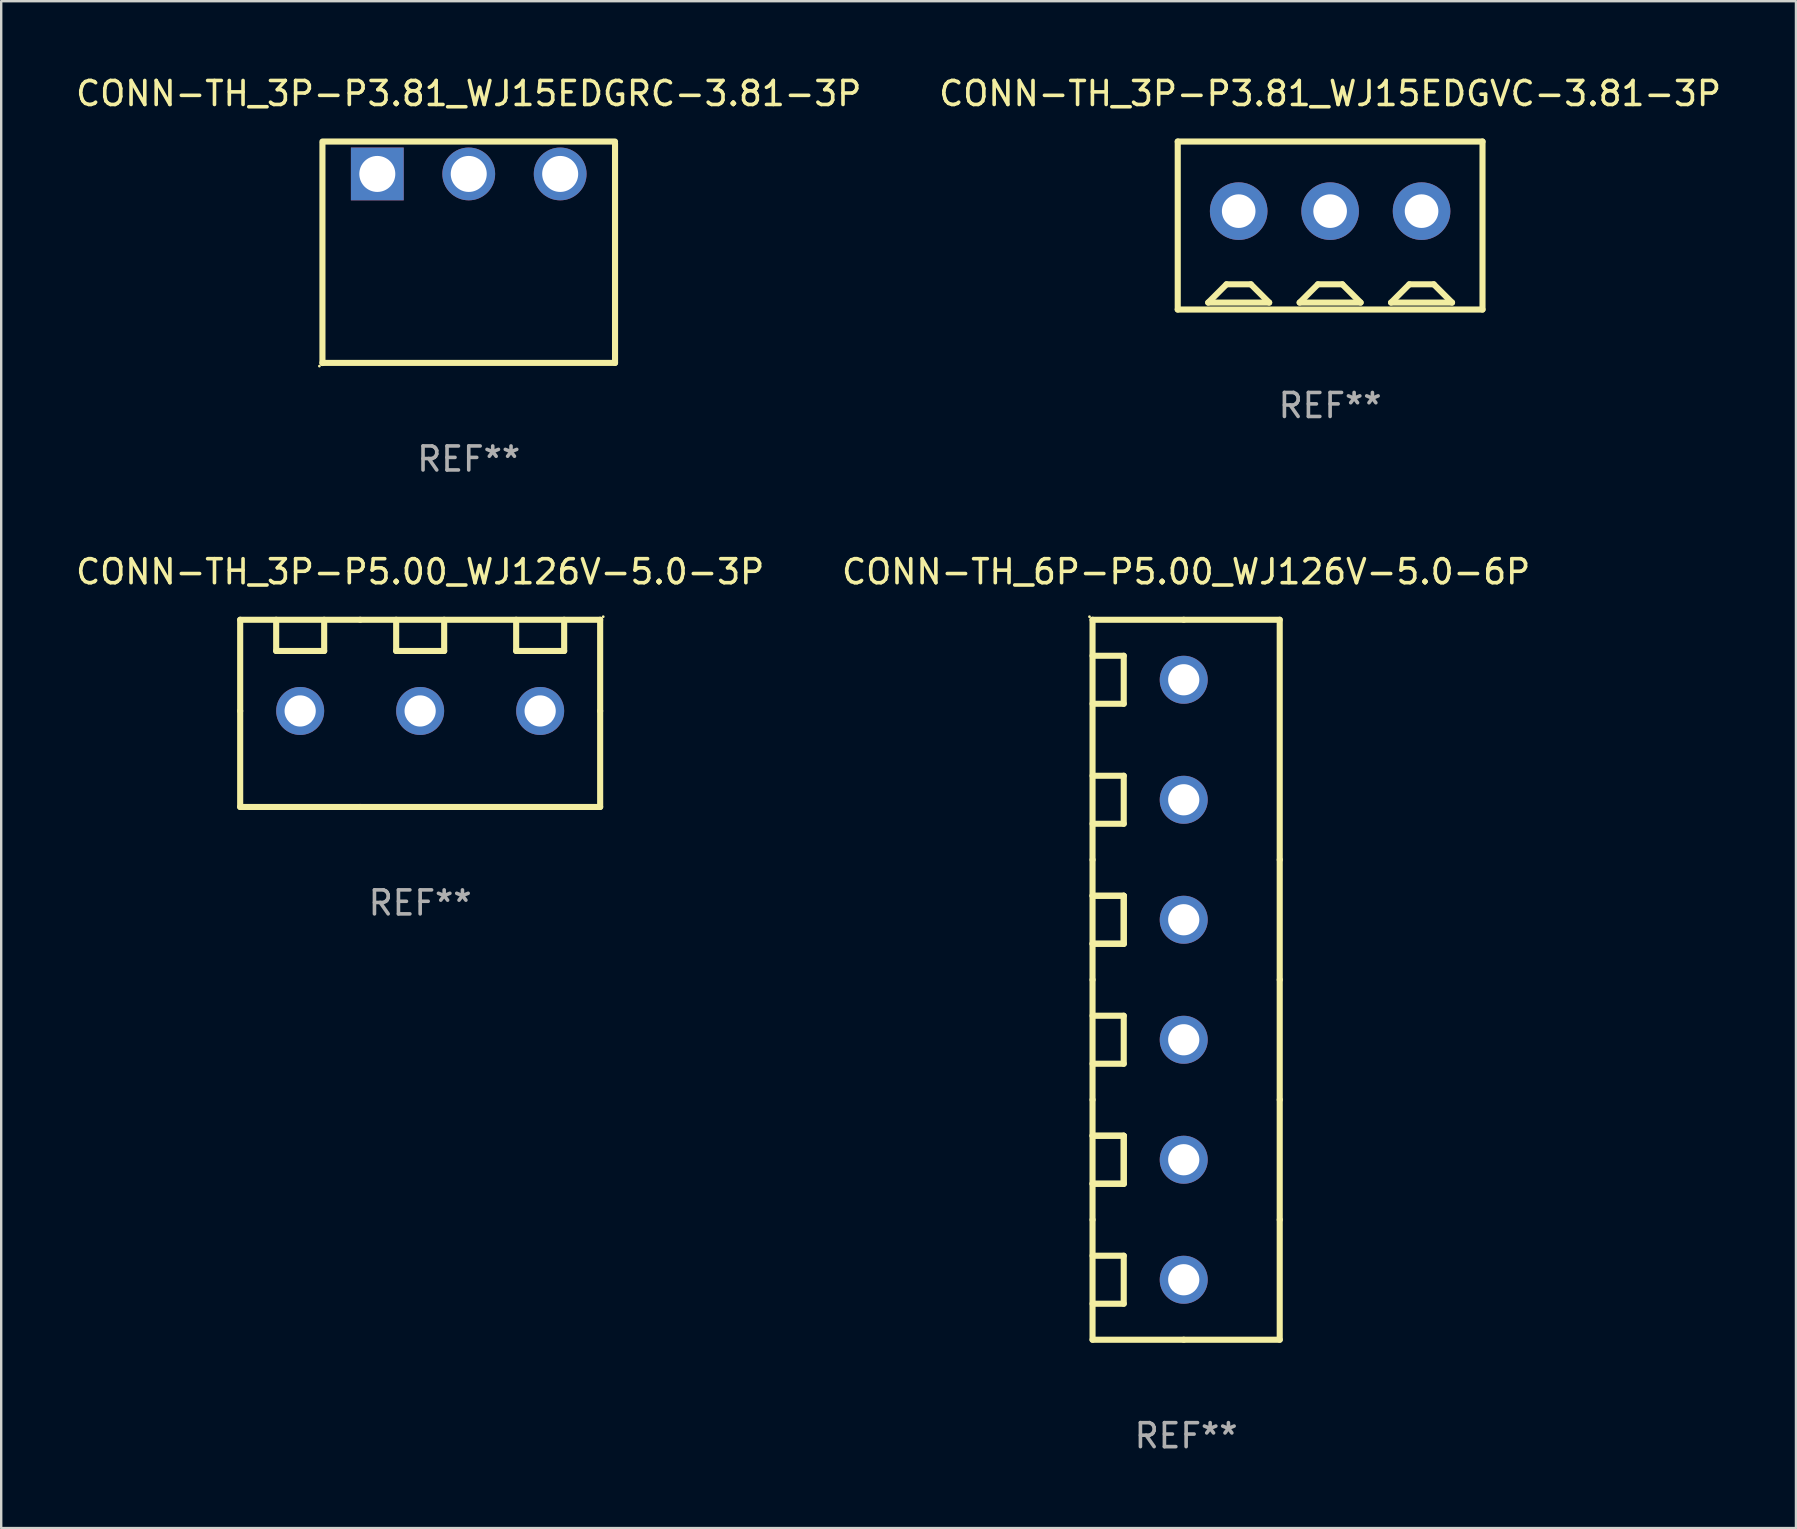
<source format=kicad_pcb>
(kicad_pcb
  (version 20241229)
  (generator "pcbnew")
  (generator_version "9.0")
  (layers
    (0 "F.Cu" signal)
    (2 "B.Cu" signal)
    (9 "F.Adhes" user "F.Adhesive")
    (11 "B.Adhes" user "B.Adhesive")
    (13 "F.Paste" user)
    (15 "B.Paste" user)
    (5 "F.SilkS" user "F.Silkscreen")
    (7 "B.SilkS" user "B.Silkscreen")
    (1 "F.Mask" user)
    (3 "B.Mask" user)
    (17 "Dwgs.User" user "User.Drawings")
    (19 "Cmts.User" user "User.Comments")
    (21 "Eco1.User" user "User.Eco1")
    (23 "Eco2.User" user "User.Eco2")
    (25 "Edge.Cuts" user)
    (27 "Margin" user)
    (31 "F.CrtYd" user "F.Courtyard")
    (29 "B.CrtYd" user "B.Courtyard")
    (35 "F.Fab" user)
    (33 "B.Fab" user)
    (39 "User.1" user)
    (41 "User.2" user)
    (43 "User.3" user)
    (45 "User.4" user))
  (footprint "CONN-TH_3P-P3.81_WJ15EDGRC-3.81-3P"
    (layer "F.Cu")
    (at 16.482 7.463)
    (property "Reference" "CONN-TH_3P-P3.81_WJ15EDGRC-3.81-3P" (at 0 -6.615 0) (layer "F.SilkS") (effects (font (size 1 1) (thickness 0.15))))
    (attr through_hole)
    (fp_line (start -6.096 -4.615) (end 6.096 -4.615) (stroke (width 0.254) (type solid)) (layer "F.SilkS"))
    (fp_line (start -6.096 -4.535) (end -6.096 4.615) (stroke (width 0.254) (type solid)) (layer "F.SilkS"))
    (fp_line (start -6.096 4.609) (end 6.096 4.609) (stroke (width 0.254) (type solid)) (layer "F.SilkS"))
    (fp_line (start 6.096 -4.535) (end 6.096 4.609) (stroke (width 0.254) (type solid)) (layer "F.SilkS"))
    (fp_circle (center -6.223 4.742) (end -6.193 4.742) (stroke (width 0.06) (type solid)) (fill no) (layer "F.SilkS"))
    (fp_text user "REF**" (at 0 8.615 0) (layer "F.Fab") (effects (font (size 1 1) (thickness 0.15))))
    (pad "1" thru_hole rect (at -3.81 -3.265) (size 2.2 2.2) (drill 1.5) (layers "*.Cu" "*.Mask"))
    (pad "2" thru_hole circle (at 0 -3.265) (size 2.2 2.2) (drill 1.5) (layers "*.Cu" "*.Mask"))
    (pad "3" thru_hole circle (at 3.81 -3.265) (size 2.2 2.2) (drill 1.5) (layers "*.Cu" "*.Mask")))
  (footprint "CONN-TH_3P-P3.81_WJ15EDGVC-3.81-3P"
    (layer "F.Cu")
    (at 52.375 6.348)
    (property "Reference" "CONN-TH_3P-P3.81_WJ15EDGVC-3.81-3P" (at 0 -5.5 0) (layer "F.SilkS") (effects (font (size 1 1) (thickness 0.15))))
    (attr through_hole)
    (fp_line (start -6.35 -3.5) (end -6.35 3.5) (stroke (width 0.254) (type solid)) (layer "F.SilkS"))
    (fp_line (start -6.35 -3.5) (end 6.35 -3.5) (stroke (width 0.254) (type solid)) (layer "F.SilkS"))
    (fp_line (start -6.35 3.5) (end 6.35 3.5) (stroke (width 0.254) (type solid)) (layer "F.SilkS"))
    (fp_line (start -5.08 3.21) (end -4.318 2.448) (stroke (width 0.254) (type solid)) (layer "F.SilkS"))
    (fp_line (start -4.318 2.448) (end -3.302 2.448) (stroke (width 0.254) (type solid)) (layer "F.SilkS"))
    (fp_line (start -3.302 2.448) (end -2.54 3.21) (stroke (width 0.254) (type solid)) (layer "F.SilkS"))
    (fp_line (start -2.54 3.21) (end -5.08 3.21) (stroke (width 0.254) (type solid)) (layer "F.SilkS"))
    (fp_line (start -1.27 3.21) (end -0.508 2.448) (stroke (width 0.254) (type solid)) (layer "F.SilkS"))
    (fp_line (start -0.508 2.448) (end 0.508 2.448) (stroke (width 0.254) (type solid)) (layer "F.SilkS"))
    (fp_line (start 0.508 2.448) (end 1.27 3.21) (stroke (width 0.254) (type solid)) (layer "F.SilkS"))
    (fp_line (start 1.27 3.21) (end -1.27 3.21) (stroke (width 0.254) (type solid)) (layer "F.SilkS"))
    (fp_line (start 2.54 3.21) (end 3.302 2.448) (stroke (width 0.254) (type solid)) (layer "F.SilkS"))
    (fp_line (start 3.302 2.448) (end 4.318 2.448) (stroke (width 0.254) (type solid)) (layer "F.SilkS"))
    (fp_line (start 4.318 2.448) (end 5.08 3.21) (stroke (width 0.254) (type solid)) (layer "F.SilkS"))
    (fp_line (start 5.08 3.21) (end 2.54 3.21) (stroke (width 0.254) (type solid)) (layer "F.SilkS"))
    (fp_line (start 6.35 -3.5) (end 6.35 3.5) (stroke (width 0.254) (type solid)) (layer "F.SilkS"))
    (fp_circle (center -6.155 -3.5) (end -6.125 -3.5) (stroke (width 0.06) (type solid)) (fill no) (layer "F.SilkS"))
    (fp_text user "REF**" (at 0 7.5 0) (layer "F.Fab") (effects (font (size 1 1) (thickness 0.15))))
    (pad "1" thru_hole circle (at -3.81 -0.6) (size 2.4 2.4) (drill 1.4) (layers "*.Cu" "*.Mask"))
    (pad "2" thru_hole circle (at 0 -0.6) (size 2.4 2.4) (drill 1.4) (layers "*.Cu" "*.Mask"))
    (pad "3" thru_hole circle (at 3.81 -0.6) (size 2.4 2.4) (drill 1.4) (layers "*.Cu" "*.Mask")))
  (footprint "CONN-TH_6P-P5.00_WJ126V-5.0-6P"
    (layer "F.Cu")
    (at 46.375 37.775)
    (property "Reference" "CONN-TH_6P-P5.00_WJ126V-5.0-6P" (at 0 -17 0) (layer "F.SilkS") (effects (font (size 1 1) (thickness 0.15))))
    (attr through_hole)
    (fp_line (start -3.9 -15) (end -0.1 -15) (stroke (width 0.254) (type solid)) (layer "F.SilkS"))
    (fp_line (start -3.9 -11.5) (end -2.6 -11.5) (stroke (width 0.254) (type solid)) (layer "F.SilkS"))
    (fp_line (start -3.9 -6.5) (end -2.6 -6.5) (stroke (width 0.254) (type solid)) (layer "F.SilkS"))
    (fp_line (start -3.9 -5) (end -3.9 -15) (stroke (width 0.254) (type solid)) (layer "F.SilkS"))
    (fp_line (start -3.9 -3.5) (end -2.6 -3.5) (stroke (width 0.254) (type solid)) (layer "F.SilkS"))
    (fp_line (start -3.9 -1.5) (end -2.6 -1.5) (stroke (width 0.254) (type solid)) (layer "F.SilkS"))
    (fp_line (start -3.9 0.000127) (end -3.9 -5) (stroke (width 0.254) (type solid)) (layer "F.SilkS"))
    (fp_line (start -3.9 1.5) (end -2.6 1.5) (stroke (width 0.254) (type solid)) (layer "F.SilkS"))
    (fp_line (start -3.9 5) (end -3.9 0.000127) (stroke (width 0.254) (type solid)) (layer "F.SilkS"))
    (fp_line (start -3.9 6.5) (end -2.6 6.5) (stroke (width 0.254) (type solid)) (layer "F.SilkS"))
    (fp_line (start -3.9 8.5) (end -2.6 8.5) (stroke (width 0.254) (type solid)) (layer "F.SilkS"))
    (fp_line (start -3.9 10) (end -3.9 5) (stroke (width 0.254) (type solid)) (layer "F.SilkS"))
    (fp_line (start -3.9 11.5) (end -2.6 11.5) (stroke (width 0.254) (type solid)) (layer "F.SilkS"))
    (fp_line (start -3.9 15) (end -3.9 10) (stroke (width 0.254) (type solid)) (layer "F.SilkS"))
    (fp_line (start -2.6 -13.5) (end -3.9 -13.5) (stroke (width 0.254) (type solid)) (layer "F.SilkS"))
    (fp_line (start -2.6 -11.5) (end -2.6 -13.5) (stroke (width 0.254) (type solid)) (layer "F.SilkS"))
    (fp_line (start -2.6 -8.5) (end -3.9 -8.5) (stroke (width 0.254) (type solid)) (layer "F.SilkS"))
    (fp_line (start -2.6 -6.5) (end -2.6 -8.5) (stroke (width 0.254) (type solid)) (layer "F.SilkS"))
    (fp_line (start -2.6 -3.5) (end -3.9 -3.5) (stroke (width 0.254) (type solid)) (layer "F.SilkS"))
    (fp_line (start -2.6 -3.5) (end -2.6 -1.5) (stroke (width 0.254) (type solid)) (layer "F.SilkS"))
    (fp_line (start -2.6 -1.5) (end -3.9 -1.5) (stroke (width 0.254) (type solid)) (layer "F.SilkS"))
    (fp_line (start -2.6 -1.5) (end -2.6 -3.5) (stroke (width 0.254) (type solid)) (layer "F.SilkS"))
    (fp_line (start -2.6 1.5) (end -2.6 3.5) (stroke (width 0.254) (type solid)) (layer "F.SilkS"))
    (fp_line (start -2.6 3.5) (end -3.9 3.5) (stroke (width 0.254) (type solid)) (layer "F.SilkS"))
    (fp_line (start -2.6 6.5) (end -3.9 6.5) (stroke (width 0.254) (type solid)) (layer "F.SilkS"))
    (fp_line (start -2.6 6.5) (end -2.6 8.5) (stroke (width 0.254) (type solid)) (layer "F.SilkS"))
    (fp_line (start -2.6 8.5) (end -3.9 8.5) (stroke (width 0.254) (type solid)) (layer "F.SilkS"))
    (fp_line (start -2.6 8.5) (end -2.6 6.5) (stroke (width 0.254) (type solid)) (layer "F.SilkS"))
    (fp_line (start -2.6 11.5) (end -2.6 13.5) (stroke (width 0.254) (type solid)) (layer "F.SilkS"))
    (fp_line (start -2.6 13.5) (end -3.9 13.5) (stroke (width 0.254) (type solid)) (layer "F.SilkS"))
    (fp_line (start -0.1 -15) (end 3.9 -15) (stroke (width 0.254) (type solid)) (layer "F.SilkS"))
    (fp_line (start -0.1 15) (end -3.9 15) (stroke (width 0.254) (type solid)) (layer "F.SilkS"))
    (fp_line (start 3.9 -15) (end 3.9 -5) (stroke (width 0.254) (type solid)) (layer "F.SilkS"))
    (fp_line (start 3.9 -5) (end 3.9 0.000127) (stroke (width 0.254) (type solid)) (layer "F.SilkS"))
    (fp_line (start 3.9 0.000127) (end 3.9 5) (stroke (width 0.254) (type solid)) (layer "F.SilkS"))
    (fp_line (start 3.9 5) (end 3.9 10) (stroke (width 0.254) (type solid)) (layer "F.SilkS"))
    (fp_line (start 3.9 10) (end 3.9 15) (stroke (width 0.254) (type solid)) (layer "F.SilkS"))
    (fp_line (start 3.9 15) (end -0.1 15) (stroke (width 0.254) (type solid)) (layer "F.SilkS"))
    (fp_circle (center -4.027 -15.127) (end -3.997 -15.127) (stroke (width 0.06) (type solid)) (fill no) (layer "F.SilkS"))
    (fp_text user "REF**" (at 0 19 0) (layer "F.Fab") (effects (font (size 1 1) (thickness 0.15))))
    (pad "1" thru_hole circle (at -0.1 -12.5) (size 2 2) (drill 1.3) (layers "*.Cu" "*.Mask"))
    (pad "2" thru_hole circle (at -0.1 -7.499) (size 2 2) (drill 1.3) (layers "*.Cu" "*.Mask"))
    (pad "3" thru_hole circle (at -0.1 -2.5) (size 2 2) (drill 1.3) (layers "*.Cu" "*.Mask"))
    (pad "4" thru_hole circle (at -0.1 2.501) (size 2 2) (drill 1.3) (layers "*.Cu" "*.Mask"))
    (pad "5" thru_hole circle (at -0.1 7.5) (size 2 2) (drill 1.3) (layers "*.Cu" "*.Mask"))
    (pad "6" thru_hole circle (at -0.1 12.501) (size 2 2) (drill 1.3) (layers "*.Cu" "*.Mask")))
  (footprint "CONN-TH_3P-P5.00_WJ126V-5.0-3P"
    (layer "F.Cu")
    (at 14.458 26.675)
    (property "Reference" "CONN-TH_3P-P5.00_WJ126V-5.0-3P" (at 0 -5.9 0) (layer "F.SilkS") (effects (font (size 1 1) (thickness 0.15))))
    (attr through_hole)
    (fp_line (start -7.5 -3.9) (end -2.5 -3.9) (stroke (width 0.254) (type solid)) (layer "F.SilkS"))
    (fp_line (start -7.5 -0.1) (end -7.5 -3.9) (stroke (width 0.254) (type solid)) (layer "F.SilkS"))
    (fp_line (start -7.5 3.9) (end -7.5 -0.1) (stroke (width 0.254) (type solid)) (layer "F.SilkS"))
    (fp_line (start -6 -2.6) (end -6 -3.9) (stroke (width 0.254) (type solid)) (layer "F.SilkS"))
    (fp_line (start -4 -3.9) (end -4 -2.6) (stroke (width 0.254) (type solid)) (layer "F.SilkS"))
    (fp_line (start -4 -2.6) (end -6 -2.6) (stroke (width 0.254) (type solid)) (layer "F.SilkS"))
    (fp_line (start -2.5 -3.9) (end 7.5 -3.9) (stroke (width 0.254) (type solid)) (layer "F.SilkS"))
    (fp_line (start -2.5 3.9) (end -7.5 3.9) (stroke (width 0.254) (type solid)) (layer "F.SilkS"))
    (fp_line (start -1 -3.9) (end -1 -2.6) (stroke (width 0.254) (type solid)) (layer "F.SilkS"))
    (fp_line (start -1 -2.6) (end 1 -2.6) (stroke (width 0.254) (type solid)) (layer "F.SilkS"))
    (fp_line (start 1 -2.6) (end 1 -3.9) (stroke (width 0.254) (type solid)) (layer "F.SilkS"))
    (fp_line (start 4 -3.9) (end 4 -2.6) (stroke (width 0.254) (type solid)) (layer "F.SilkS"))
    (fp_line (start 4 -2.6) (end 6 -2.6) (stroke (width 0.254) (type solid)) (layer "F.SilkS"))
    (fp_line (start 6 -2.6) (end 6 -3.9) (stroke (width 0.254) (type solid)) (layer "F.SilkS"))
    (fp_line (start 7.5 -3.9) (end 7.5 -0.1) (stroke (width 0.254) (type solid)) (layer "F.SilkS"))
    (fp_line (start 7.5 -0.1) (end 7.5 3.9) (stroke (width 0.254) (type solid)) (layer "F.SilkS"))
    (fp_line (start 7.5 3.9) (end -2.5 3.9) (stroke (width 0.254) (type solid)) (layer "F.SilkS"))
    (fp_circle (center 7.627 -4.027) (end 7.657 -4.027) (stroke (width 0.06) (type solid)) (fill no) (layer "F.SilkS"))
    (fp_text user "REF**" (at 0 7.9 0) (layer "F.Fab") (effects (font (size 1 1) (thickness 0.15))))
    (pad "1" thru_hole circle (at 5 -0.1) (size 2 2) (drill 1.3) (layers "*.Cu" "*.Mask"))
    (pad "2" thru_hole circle (at -0.001 -0.1) (size 2 2) (drill 1.3) (layers "*.Cu" "*.Mask"))
    (pad "3" thru_hole circle (at -5 -0.1) (size 2 2) (drill 1.3) (layers "*.Cu" "*.Mask")))
  (gr_rect
    (start -3 -3)
    (end 71.786 60.623)
    (stroke (width 0.1) (type default))
    (fill no)
    (layer "Edge.Cuts")))
</source>
